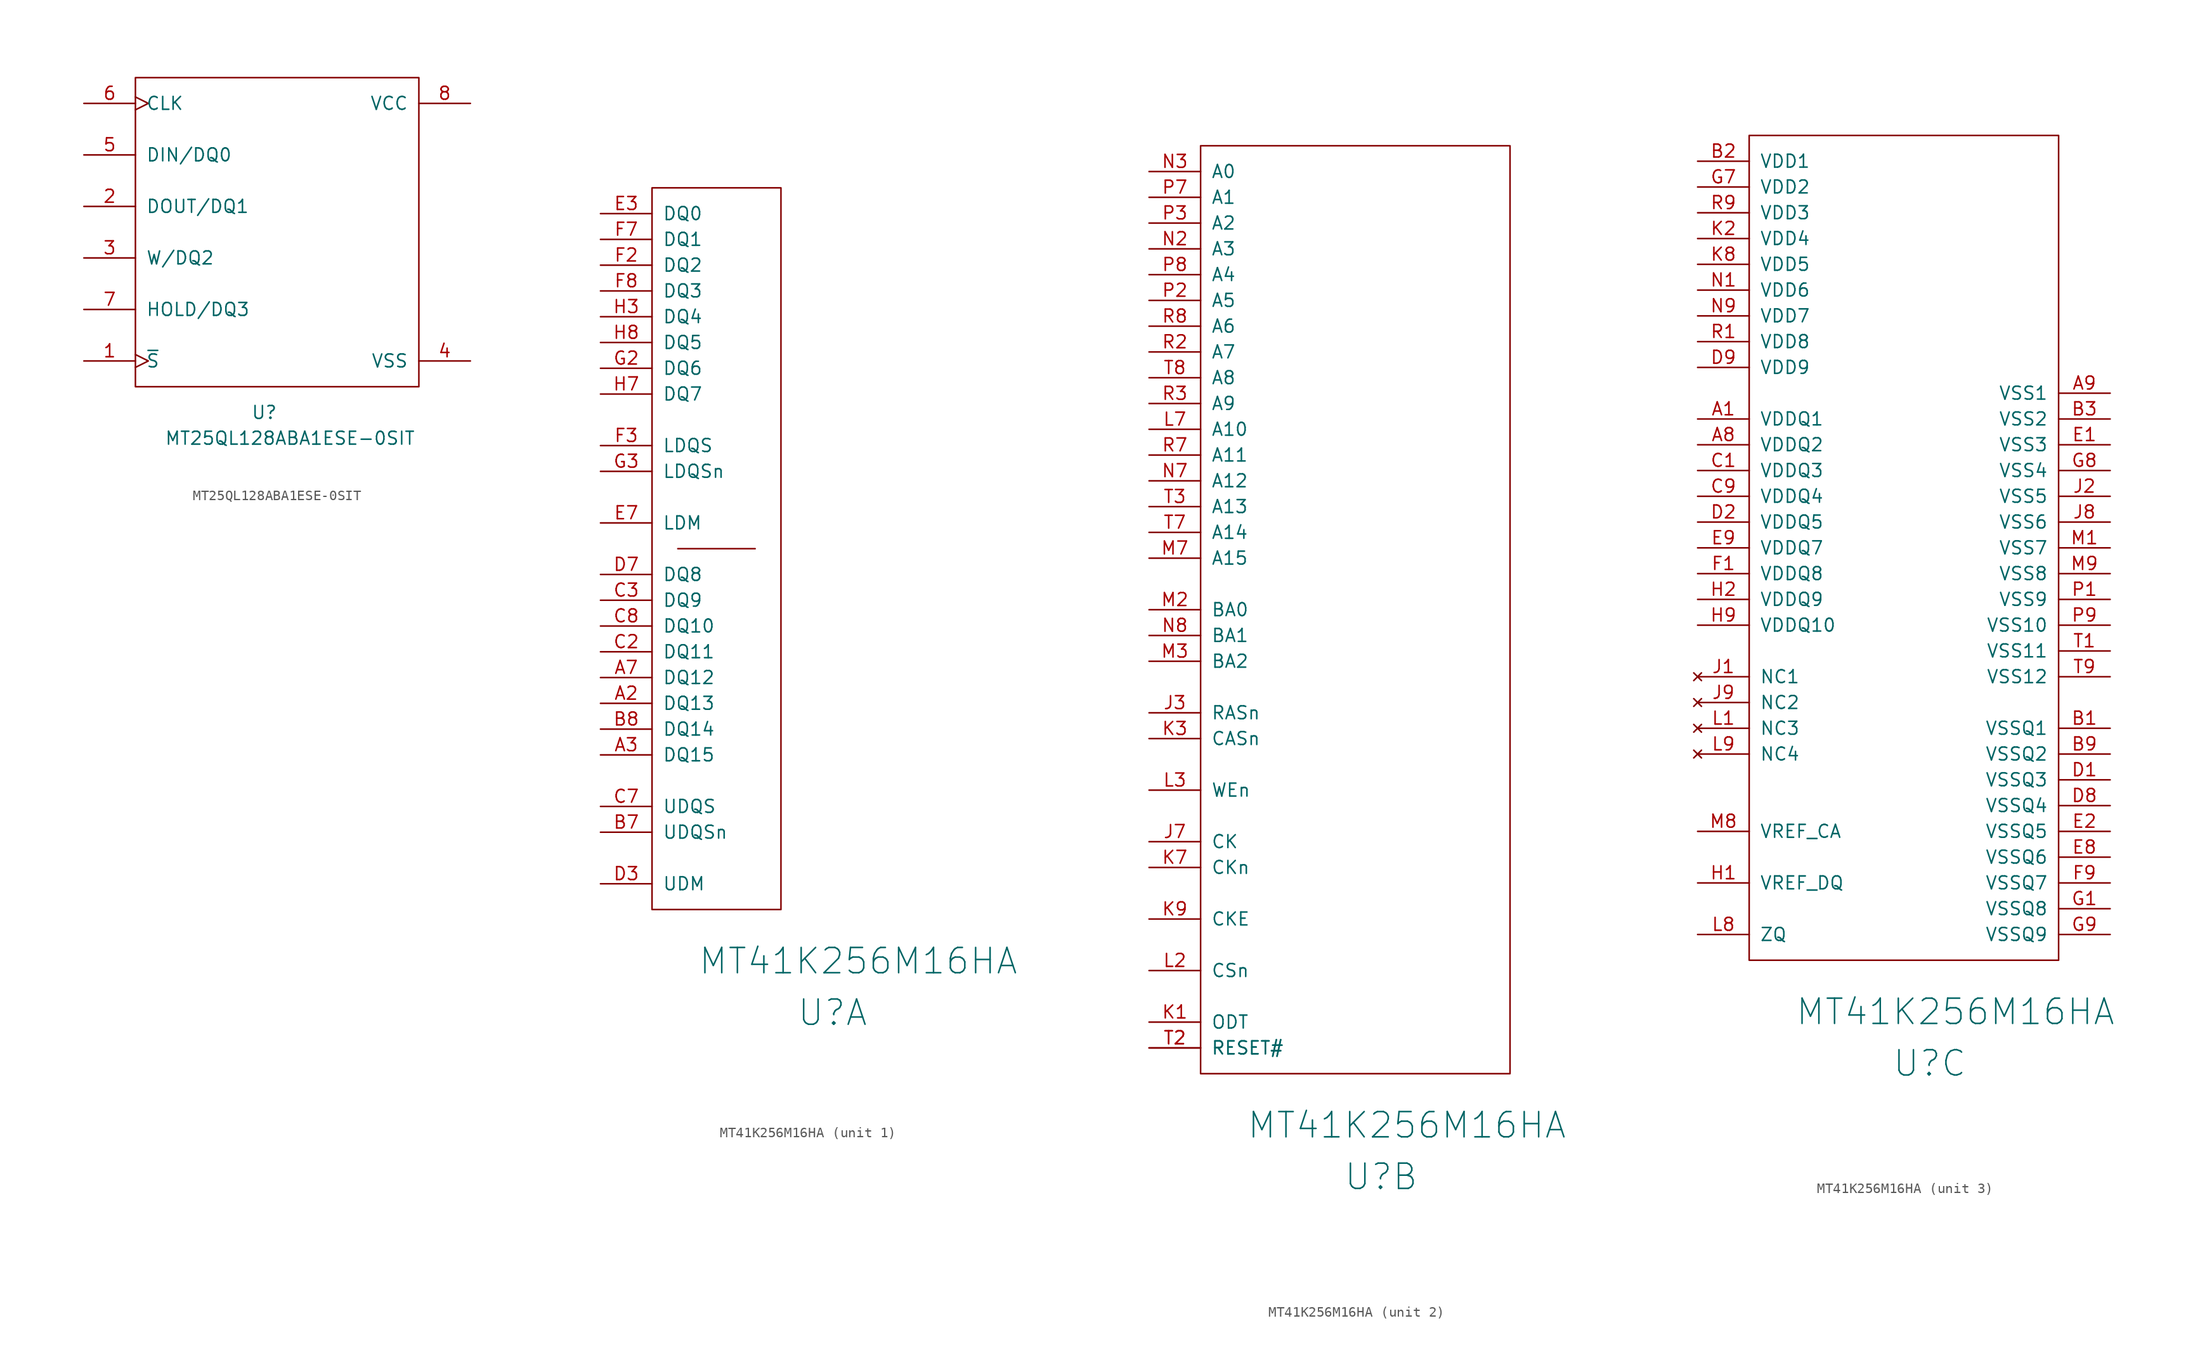
<source format=kicad_sym>
(kicad_symbol_lib
  (version 20220914)
  (generator kicad_symbol_editor)
  (symbol "MT25QL128ABA1ESE-0SIT"
    (pin_names
      (offset 1.016))
    (property "Reference" "U"
      (at 12.7 -2.54 0)
      (effects (font (size 1.27 1.27))))
    (property "Value" "MT25QL128ABA1ESE-0SIT"
      (at 15.24 -5.08 0)
      (effects (font (size 1.27 1.27))))
    (symbol "MT25QL128ABA1ESE-0SIT_1_1"
      (rectangle (start 0 30.48) (end 27.94 0) (stroke (width 0) (type solid)) (fill (type none)))
      (pin input clock (at -5.08 2.54 0) (length 5.08) (name "~{S}" (effects (font (size 1.27 1.27)))) (number "1" (effects (font (size 1.27 1.27)))))
      (pin bidirectional line (at -5.08 17.78 0) (length 5.08) (name "DOUT/DQ1" (effects (font (size 1.27 1.27)))) (number "2" (effects (font (size 1.27 1.27)))))
      (pin bidirectional line (at -5.08 12.7 0) (length 5.08) (name "W/DQ2" (effects (font (size 1.27 1.27)))) (number "3" (effects (font (size 1.27 1.27)))))
      (pin power_in line (at 33.02 2.54 180) (length 5.08) (name "VSS" (effects (font (size 1.27 1.27)))) (number "4" (effects (font (size 1.27 1.27)))))
      (pin bidirectional line (at -5.08 22.86 0) (length 5.08) (name "DIN/DQ0" (effects (font (size 1.27 1.27)))) (number "5" (effects (font (size 1.27 1.27)))))
      (pin input clock (at -5.08 27.94 0) (length 5.08) (name "CLK" (effects (font (size 1.27 1.27)))) (number "6" (effects (font (size 1.27 1.27)))))
      (pin bidirectional line (at -5.08 7.62 0) (length 5.08) (name "HOLD/DQ3" (effects (font (size 1.27 1.27)))) (number "7" (effects (font (size 1.27 1.27)))))
      (pin power_in line (at 33.02 27.94 180) (length 5.08) (name "VCC" (effects (font (size 1.27 1.27)))) (number "8" (effects (font (size 1.27 1.27)))))))
  (symbol "MT41K256M16HA"
    (pin_names
      (offset 1.016))
    (property "Reference" "U"
      (at 17.78 -10.16 0)
      (effects (font (size 2.489 2.489))))
    (property "Value" "MT41K256M16HA"
      (at 20.32 -5.08 0)
      (effects (font (size 2.489 2.489))))
    (property "Footprint" ""
      (at 5.08 76.2 0)
      (effects (font (size 2.489 2.489))))
    (property "Datasheet" ""
      (at 5.08 76.2 0)
      (effects (font (size 2.489 2.489))))
    (property "ki_locked" ""
      (at 0 0 0)
      (effects (font (size 1.27 1.27))))
    (symbol "MT41K256M16HA_1_1"
      (polyline (pts (xy 2.54 35.56) (xy 10.16 35.56)) (stroke (width 0) (type solid)) (fill (type none)))
      (rectangle (start 0 0) (end 12.7 71.12) (stroke (width 0) (type solid)) (fill (type none)))
      (pin bidirectional line (at -5.08 20.32 0) (length 5.08) (name "DQ13" (effects (font (size 1.27 1.27)))) (number "A2" (effects (font (size 1.27 1.27)))))
      (pin bidirectional line (at -5.08 15.24 0) (length 5.08) (name "DQ15" (effects (font (size 1.27 1.27)))) (number "A3" (effects (font (size 1.27 1.27)))))
      (pin bidirectional line (at -5.08 22.86 0) (length 5.08) (name "DQ12" (effects (font (size 1.27 1.27)))) (number "A7" (effects (font (size 1.27 1.27)))))
      (pin bidirectional line (at -5.08 7.62 0) (length 5.08) (name "UDQSn" (effects (font (size 1.27 1.27)))) (number "B7" (effects (font (size 1.27 1.27)))))
      (pin bidirectional line (at -5.08 17.78 0) (length 5.08) (name "DQ14" (effects (font (size 1.27 1.27)))) (number "B8" (effects (font (size 1.27 1.27)))))
      (pin bidirectional line (at -5.08 25.4 0) (length 5.08) (name "DQ11" (effects (font (size 1.27 1.27)))) (number "C2" (effects (font (size 1.27 1.27)))))
      (pin bidirectional line (at -5.08 30.48 0) (length 5.08) (name "DQ9" (effects (font (size 1.27 1.27)))) (number "C3" (effects (font (size 1.27 1.27)))))
      (pin bidirectional line (at -5.08 10.16 0) (length 5.08) (name "UDQS" (effects (font (size 1.27 1.27)))) (number "C7" (effects (font (size 1.27 1.27)))))
      (pin bidirectional line (at -5.08 27.94 0) (length 5.08) (name "DQ10" (effects (font (size 1.27 1.27)))) (number "C8" (effects (font (size 1.27 1.27)))))
      (pin input line (at -5.08 2.54 0) (length 5.08) (name "UDM" (effects (font (size 1.27 1.27)))) (number "D3" (effects (font (size 1.27 1.27)))))
      (pin bidirectional line (at -5.08 33.02 0) (length 5.08) (name "DQ8" (effects (font (size 1.27 1.27)))) (number "D7" (effects (font (size 1.27 1.27)))))
      (pin bidirectional line (at -5.08 68.58 0) (length 5.08) (name "DQ0" (effects (font (size 1.27 1.27)))) (number "E3" (effects (font (size 1.27 1.27)))))
      (pin input line (at -5.08 38.1 0) (length 5.08) (name "LDM" (effects (font (size 1.27 1.27)))) (number "E7" (effects (font (size 1.27 1.27)))))
      (pin bidirectional line (at -5.08 63.5 0) (length 5.08) (name "DQ2" (effects (font (size 1.27 1.27)))) (number "F2" (effects (font (size 1.27 1.27)))))
      (pin bidirectional line (at -5.08 45.72 0) (length 5.08) (name "LDQS" (effects (font (size 1.27 1.27)))) (number "F3" (effects (font (size 1.27 1.27)))))
      (pin bidirectional line (at -5.08 66.04 0) (length 5.08) (name "DQ1" (effects (font (size 1.27 1.27)))) (number "F7" (effects (font (size 1.27 1.27)))))
      (pin bidirectional line (at -5.08 60.96 0) (length 5.08) (name "DQ3" (effects (font (size 1.27 1.27)))) (number "F8" (effects (font (size 1.27 1.27)))))
      (pin bidirectional line (at -5.08 53.34 0) (length 5.08) (name "DQ6" (effects (font (size 1.27 1.27)))) (number "G2" (effects (font (size 1.27 1.27)))))
      (pin bidirectional line (at -5.08 43.18 0) (length 5.08) (name "LDQSn" (effects (font (size 1.27 1.27)))) (number "G3" (effects (font (size 1.27 1.27)))))
      (pin bidirectional line (at -5.08 58.42 0) (length 5.08) (name "DQ4" (effects (font (size 1.27 1.27)))) (number "H3" (effects (font (size 1.27 1.27)))))
      (pin bidirectional line (at -5.08 50.8 0) (length 5.08) (name "DQ7" (effects (font (size 1.27 1.27)))) (number "H7" (effects (font (size 1.27 1.27)))))
      (pin bidirectional line (at -5.08 55.88 0) (length 5.08) (name "DQ5" (effects (font (size 1.27 1.27)))) (number "H8" (effects (font (size 1.27 1.27))))))
    (symbol "MT41K256M16HA_2_1"
      (rectangle (start 0 91.44) (end 30.48 0) (stroke (width 0) (type solid)) (fill (type none)))
      (pin input line (at -5.08 35.56 0) (length 5.08) (name "RASn" (effects (font (size 1.27 1.27)))) (number "J3" (effects (font (size 1.27 1.27)))))
      (pin input line (at -5.08 22.86 0) (length 5.08) (name "CK" (effects (font (size 1.27 1.27)))) (number "J7" (effects (font (size 1.27 1.27)))))
      (pin input line (at -5.08 5.08 0) (length 5.08) (name "ODT" (effects (font (size 1.27 1.27)))) (number "K1" (effects (font (size 1.27 1.27)))))
      (pin input line (at -5.08 33.02 0) (length 5.08) (name "CASn" (effects (font (size 1.27 1.27)))) (number "K3" (effects (font (size 1.27 1.27)))))
      (pin input line (at -5.08 20.32 0) (length 5.08) (name "CKn" (effects (font (size 1.27 1.27)))) (number "K7" (effects (font (size 1.27 1.27)))))
      (pin input line (at -5.08 15.24 0) (length 5.08) (name "CKE" (effects (font (size 1.27 1.27)))) (number "K9" (effects (font (size 1.27 1.27)))))
      (pin input line (at -5.08 10.16 0) (length 5.08) (name "CSn" (effects (font (size 1.27 1.27)))) (number "L2" (effects (font (size 1.27 1.27)))))
      (pin input line (at -5.08 27.94 0) (length 5.08) (name "WEn" (effects (font (size 1.27 1.27)))) (number "L3" (effects (font (size 1.27 1.27)))))
      (pin input line (at -5.08 63.5 0) (length 5.08) (name "A10" (effects (font (size 1.27 1.27)))) (number "L7" (effects (font (size 1.27 1.27)))))
      (pin input line (at -5.08 45.72 0) (length 5.08) (name "BA0" (effects (font (size 1.27 1.27)))) (number "M2" (effects (font (size 1.27 1.27)))))
      (pin input line (at -5.08 40.64 0) (length 5.08) (name "BA2" (effects (font (size 1.27 1.27)))) (number "M3" (effects (font (size 1.27 1.27)))))
      (pin input line (at -5.08 50.8 0) (length 5.08) (name "A15" (effects (font (size 1.27 1.27)))) (number "M7" (effects (font (size 1.27 1.27)))))
      (pin input line (at -5.08 81.28 0) (length 5.08) (name "A3" (effects (font (size 1.27 1.27)))) (number "N2" (effects (font (size 1.27 1.27)))))
      (pin input line (at -5.08 88.9 0) (length 5.08) (name "A0" (effects (font (size 1.27 1.27)))) (number "N3" (effects (font (size 1.27 1.27)))))
      (pin input line (at -5.08 58.42 0) (length 5.08) (name "A12" (effects (font (size 1.27 1.27)))) (number "N7" (effects (font (size 1.27 1.27)))))
      (pin input line (at -5.08 43.18 0) (length 5.08) (name "BA1" (effects (font (size 1.27 1.27)))) (number "N8" (effects (font (size 1.27 1.27)))))
      (pin input line (at -5.08 76.2 0) (length 5.08) (name "A5" (effects (font (size 1.27 1.27)))) (number "P2" (effects (font (size 1.27 1.27)))))
      (pin input line (at -5.08 83.82 0) (length 5.08) (name "A2" (effects (font (size 1.27 1.27)))) (number "P3" (effects (font (size 1.27 1.27)))))
      (pin input line (at -5.08 86.36 0) (length 5.08) (name "A1" (effects (font (size 1.27 1.27)))) (number "P7" (effects (font (size 1.27 1.27)))))
      (pin input line (at -5.08 78.74 0) (length 5.08) (name "A4" (effects (font (size 1.27 1.27)))) (number "P8" (effects (font (size 1.27 1.27)))))
      (pin input line (at -5.08 71.12 0) (length 5.08) (name "A7" (effects (font (size 1.27 1.27)))) (number "R2" (effects (font (size 1.27 1.27)))))
      (pin input line (at -5.08 66.04 0) (length 5.08) (name "A9" (effects (font (size 1.27 1.27)))) (number "R3" (effects (font (size 1.27 1.27)))))
      (pin input line (at -5.08 60.96 0) (length 5.08) (name "A11" (effects (font (size 1.27 1.27)))) (number "R7" (effects (font (size 1.27 1.27)))))
      (pin input line (at -5.08 73.66 0) (length 5.08) (name "A6" (effects (font (size 1.27 1.27)))) (number "R8" (effects (font (size 1.27 1.27)))))
      (pin input line (at -5.08 2.54 0) (length 5.08) (name "RESET#" (effects (font (size 1.27 1.27)))) (number "T2" (effects (font (size 1.27 1.27)))))
      (pin input line (at -5.08 2.54 0) (length 5.08) (name "RESET#" (effects (font (size 1.27 1.27)))) (number "T2" (effects (font (size 1.27 1.27)))))
      (pin input line (at -5.08 55.88 0) (length 5.08) (name "A13" (effects (font (size 1.27 1.27)))) (number "T3" (effects (font (size 1.27 1.27)))))
      (pin input line (at -5.08 53.34 0) (length 5.08) (name "A14" (effects (font (size 1.27 1.27)))) (number "T7" (effects (font (size 1.27 1.27)))))
      (pin input line (at -5.08 68.58 0) (length 5.08) (name "A8" (effects (font (size 1.27 1.27)))) (number "T8" (effects (font (size 1.27 1.27))))))
    (symbol "MT41K256M16HA_3_1"
      (rectangle (start 0 0) (end 30.48 81.28) (stroke (width 0) (type solid)) (fill (type none)))
      (pin power_in line (at -5.08 53.34 0) (length 5.08) (name "VDDQ1" (effects (font (size 1.27 1.27)))) (number "A1" (effects (font (size 1.27 1.27)))))
      (pin power_in line (at -5.08 50.8 0) (length 5.08) (name "VDDQ2" (effects (font (size 1.27 1.27)))) (number "A8" (effects (font (size 1.27 1.27)))))
      (pin power_in line (at 35.56 55.88 180) (length 5.08) (name "VSS1" (effects (font (size 1.27 1.27)))) (number "A9" (effects (font (size 1.27 1.27)))))
      (pin power_in line (at 35.56 22.86 180) (length 5.08) (name "VSSQ1" (effects (font (size 1.27 1.27)))) (number "B1" (effects (font (size 1.27 1.27)))))
      (pin power_in line (at -5.08 78.74 0) (length 5.08) (name "VDD1" (effects (font (size 1.27 1.27)))) (number "B2" (effects (font (size 1.27 1.27)))))
      (pin power_in line (at 35.56 53.34 180) (length 5.08) (name "VSS2" (effects (font (size 1.27 1.27)))) (number "B3" (effects (font (size 1.27 1.27)))))
      (pin power_in line (at 35.56 20.32 180) (length 5.08) (name "VSSQ2" (effects (font (size 1.27 1.27)))) (number "B9" (effects (font (size 1.27 1.27)))))
      (pin power_in line (at -5.08 48.26 0) (length 5.08) (name "VDDQ3" (effects (font (size 1.27 1.27)))) (number "C1" (effects (font (size 1.27 1.27)))))
      (pin power_in line (at -5.08 45.72 0) (length 5.08) (name "VDDQ4" (effects (font (size 1.27 1.27)))) (number "C9" (effects (font (size 1.27 1.27)))))
      (pin power_in line (at 35.56 17.78 180) (length 5.08) (name "VSSQ3" (effects (font (size 1.27 1.27)))) (number "D1" (effects (font (size 1.27 1.27)))))
      (pin power_in line (at -5.08 43.18 0) (length 5.08) (name "VDDQ5" (effects (font (size 1.27 1.27)))) (number "D2" (effects (font (size 1.27 1.27)))))
      (pin power_in line (at 35.56 15.24 180) (length 5.08) (name "VSSQ4" (effects (font (size 1.27 1.27)))) (number "D8" (effects (font (size 1.27 1.27)))))
      (pin power_in line (at -5.08 58.42 0) (length 5.08) (name "VDD9" (effects (font (size 1.27 1.27)))) (number "D9" (effects (font (size 1.27 1.27)))))
      (pin power_in line (at 35.56 50.8 180) (length 5.08) (name "VSS3" (effects (font (size 1.27 1.27)))) (number "E1" (effects (font (size 1.27 1.27)))))
      (pin power_in line (at 35.56 12.7 180) (length 5.08) (name "VSSQ5" (effects (font (size 1.27 1.27)))) (number "E2" (effects (font (size 1.27 1.27)))))
      (pin power_in line (at 35.56 10.16 180) (length 5.08) (name "VSSQ6" (effects (font (size 1.27 1.27)))) (number "E8" (effects (font (size 1.27 1.27)))))
      (pin power_in line (at -5.08 40.64 0) (length 5.08) (name "VDDQ7" (effects (font (size 1.27 1.27)))) (number "E9" (effects (font (size 1.27 1.27)))))
      (pin power_in line (at -5.08 38.1 0) (length 5.08) (name "VDDQ8" (effects (font (size 1.27 1.27)))) (number "F1" (effects (font (size 1.27 1.27)))))
      (pin power_in line (at 35.56 7.62 180) (length 5.08) (name "VSSQ7" (effects (font (size 1.27 1.27)))) (number "F9" (effects (font (size 1.27 1.27)))))
      (pin power_in line (at 35.56 5.08 180) (length 5.08) (name "VSSQ8" (effects (font (size 1.27 1.27)))) (number "G1" (effects (font (size 1.27 1.27)))))
      (pin power_in line (at -5.08 76.2 0) (length 5.08) (name "VDD2" (effects (font (size 1.27 1.27)))) (number "G7" (effects (font (size 1.27 1.27)))))
      (pin power_in line (at 35.56 48.26 180) (length 5.08) (name "VSS4" (effects (font (size 1.27 1.27)))) (number "G8" (effects (font (size 1.27 1.27)))))
      (pin power_in line (at 35.56 2.54 180) (length 5.08) (name "VSSQ9" (effects (font (size 1.27 1.27)))) (number "G9" (effects (font (size 1.27 1.27)))))
      (pin passive line (at -5.08 7.62 0) (length 5.08) (name "VREF_DQ" (effects (font (size 1.27 1.27)))) (number "H1" (effects (font (size 1.27 1.27)))))
      (pin power_in line (at -5.08 35.56 0) (length 5.08) (name "VDDQ9" (effects (font (size 1.27 1.27)))) (number "H2" (effects (font (size 1.27 1.27)))))
      (pin power_in line (at -5.08 33.02 0) (length 5.08) (name "VDDQ10" (effects (font (size 1.27 1.27)))) (number "H9" (effects (font (size 1.27 1.27)))))
      (pin no_connect line (at -5.08 27.94 0) (length 5.08) (name "NC1" (effects (font (size 1.27 1.27)))) (number "J1" (effects (font (size 1.27 1.27)))))
      (pin power_in line (at 35.56 45.72 180) (length 5.08) (name "VSS5" (effects (font (size 1.27 1.27)))) (number "J2" (effects (font (size 1.27 1.27)))))
      (pin power_in line (at 35.56 43.18 180) (length 5.08) (name "VSS6" (effects (font (size 1.27 1.27)))) (number "J8" (effects (font (size 1.27 1.27)))))
      (pin no_connect line (at -5.08 25.4 0) (length 5.08) (name "NC2" (effects (font (size 1.27 1.27)))) (number "J9" (effects (font (size 1.27 1.27)))))
      (pin power_in line (at -5.08 71.12 0) (length 5.08) (name "VDD4" (effects (font (size 1.27 1.27)))) (number "K2" (effects (font (size 1.27 1.27)))))
      (pin power_in line (at -5.08 68.58 0) (length 5.08) (name "VDD5" (effects (font (size 1.27 1.27)))) (number "K8" (effects (font (size 1.27 1.27)))))
      (pin no_connect line (at -5.08 22.86 0) (length 5.08) (name "NC3" (effects (font (size 1.27 1.27)))) (number "L1" (effects (font (size 1.27 1.27)))))
      (pin passive line (at -5.08 2.54 0) (length 5.08) (name "ZQ" (effects (font (size 1.27 1.27)))) (number "L8" (effects (font (size 1.27 1.27)))))
      (pin no_connect line (at -5.08 20.32 0) (length 5.08) (name "NC4" (effects (font (size 1.27 1.27)))) (number "L9" (effects (font (size 1.27 1.27)))))
      (pin power_in line (at 35.56 40.64 180) (length 5.08) (name "VSS7" (effects (font (size 1.27 1.27)))) (number "M1" (effects (font (size 1.27 1.27)))))
      (pin passive line (at -5.08 12.7 0) (length 5.08) (name "VREF_CA" (effects (font (size 1.27 1.27)))) (number "M8" (effects (font (size 1.27 1.27)))))
      (pin power_in line (at 35.56 38.1 180) (length 5.08) (name "VSS8" (effects (font (size 1.27 1.27)))) (number "M9" (effects (font (size 1.27 1.27)))))
      (pin power_in line (at -5.08 66.04 0) (length 5.08) (name "VDD6" (effects (font (size 1.27 1.27)))) (number "N1" (effects (font (size 1.27 1.27)))))
      (pin power_in line (at -5.08 63.5 0) (length 5.08) (name "VDD7" (effects (font (size 1.27 1.27)))) (number "N9" (effects (font (size 1.27 1.27)))))
      (pin power_in line (at 35.56 35.56 180) (length 5.08) (name "VSS9" (effects (font (size 1.27 1.27)))) (number "P1" (effects (font (size 1.27 1.27)))))
      (pin power_in line (at 35.56 33.02 180) (length 5.08) (name "VSS10" (effects (font (size 1.27 1.27)))) (number "P9" (effects (font (size 1.27 1.27)))))
      (pin power_in line (at -5.08 60.96 0) (length 5.08) (name "VDD8" (effects (font (size 1.27 1.27)))) (number "R1" (effects (font (size 1.27 1.27)))))
      (pin power_in line (at -5.08 73.66 0) (length 5.08) (name "VDD3" (effects (font (size 1.27 1.27)))) (number "R9" (effects (font (size 1.27 1.27)))))
      (pin power_in line (at 35.56 30.48 180) (length 5.08) (name "VSS11" (effects (font (size 1.27 1.27)))) (number "T1" (effects (font (size 1.27 1.27)))))
      (pin power_in line (at 35.56 27.94 180) (length 5.08) (name "VSS12" (effects (font (size 1.27 1.27)))) (number "T9" (effects (font (size 1.27 1.27))))))))
</source>
